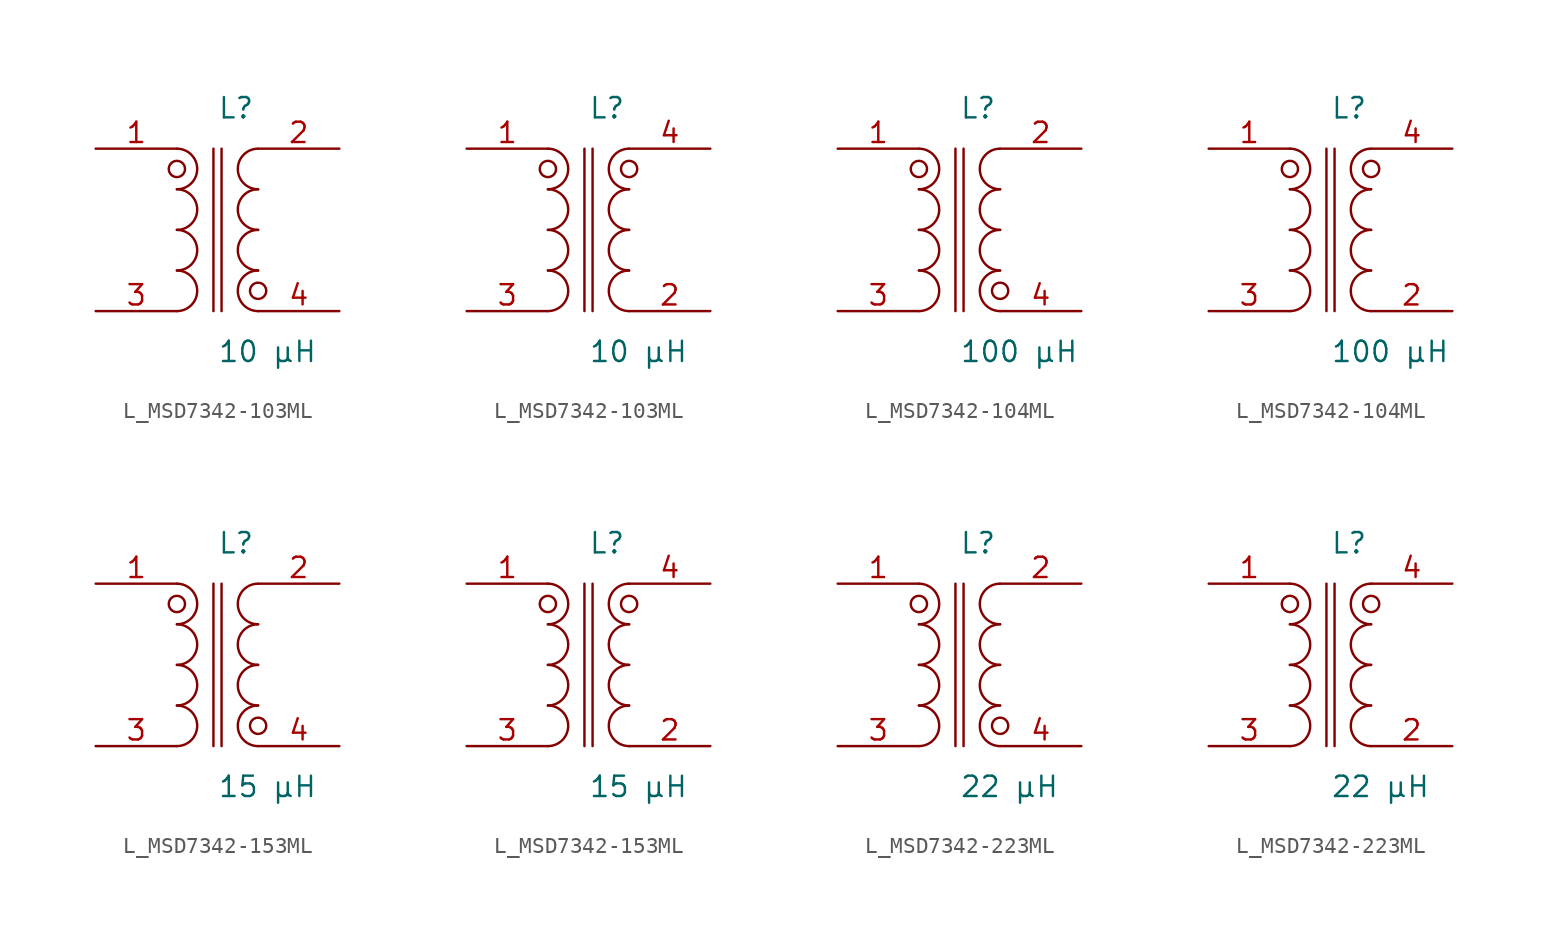
<source format=kicad_sym>
(kicad_symbol_lib
  (version 20231120)
  (generator kicad_symbol_editor)
  (generator_version 8.0)
  (symbol "L_MSD7342-103ML"
    (pin_names
      (offset 0.254))
    (property "Reference" "L"
      (at 0.0 7.62 0)
      (effects (font (size 1.27 1.27)) (justify left)))
    (property "Value" "10 µH"
      (at 0.0 -7.62 0)
      (effects (font (size 1.27 1.27)) (justify left)))
    (symbol "L_MSD7342-103ML_1_1"
      (arc (start -2.54 -5.08) (mid -1.27 -3.81) (end -2.54 -2.54) (stroke (width 0) (type default)) (fill (type none)))
      (arc (start -2.54 -2.54) (mid -1.27 -1.27) (end -2.54 0.0) (stroke (width 0) (type default)) (fill (type none)))
      (arc (start -2.54 0.0) (mid -1.27 1.27) (end -2.54 2.54) (stroke (width 0) (type default)) (fill (type none)))
      (arc (start -2.54 2.54) (mid -1.27 3.81) (end -2.54 5.08) (stroke (width 0) (type default)) (fill (type none)))
      (arc (start 2.54 -5.08) (mid 1.27 -3.81) (end 2.54 -2.54) (stroke (width 0) (type default)) (fill (type none)))
      (arc (start 2.54 -2.54) (mid 1.27 -1.27) (end 2.54 0.0) (stroke (width 0) (type default)) (fill (type none)))
      (arc (start 2.54 0.0) (mid 1.27 1.27) (end 2.54 2.54) (stroke (width 0) (type default)) (fill (type none)))
      (arc (start 2.54 2.54) (mid 1.27 3.81) (end 2.54 5.08) (stroke (width 0) (type default)) (fill (type none)))
      (circle (center -2.54 3.81) (radius 0.508) (stroke (width 0) (type default)) (fill (type none)))
      (circle (center 2.54 -3.81) (radius 0.508) (stroke (width 0) (type default)) (fill (type none)))
      (polyline (pts (xy -0.254 5.08) (xy -0.254 -5.08)) (stroke (width 0) (type default)) (fill (type none)))
      (polyline (pts (xy 0.254 5.08) (xy 0.254 -5.08)) (stroke (width 0) (type default)) (fill (type none)))
      (pin unspecified line (at -7.62 5.08 0) (length 5.08) (name "" (effects (font (size 1.27 1.27)))) (number "1" (effects (font (size 1.27 1.27)))))
      (pin unspecified line (at -7.62 -5.08 0) (length 5.08) (name "" (effects (font (size 1.27 1.27)))) (number "3" (effects (font (size 1.27 1.27)))))
      (pin unspecified line (at 7.62 5.08 180) (length 5.08) (name "" (effects (font (size 1.27 1.27)))) (number "2" (effects (font (size 1.27 1.27)))))
      (pin unspecified line (at 7.62 -5.08 180) (length 5.08) (name "" (effects (font (size 1.27 1.27)))) (number "4" (effects (font (size 1.27 1.27))))))
    (symbol "L_MSD7342-103ML_1_2"
      (arc (start -2.54 -5.08) (mid -1.27 -3.81) (end -2.54 -2.54) (stroke (width 0) (type default)) (fill (type none)))
      (arc (start -2.54 -2.54) (mid -1.27 -1.27) (end -2.54 0.0) (stroke (width 0) (type default)) (fill (type none)))
      (arc (start -2.54 0.0) (mid -1.27 1.27) (end -2.54 2.54) (stroke (width 0) (type default)) (fill (type none)))
      (arc (start -2.54 2.54) (mid -1.27 3.81) (end -2.54 5.08) (stroke (width 0) (type default)) (fill (type none)))
      (arc (start 2.54 -5.08) (mid 1.27 -3.81) (end 2.54 -2.54) (stroke (width 0) (type default)) (fill (type none)))
      (arc (start 2.54 -2.54) (mid 1.27 -1.27) (end 2.54 0.0) (stroke (width 0) (type default)) (fill (type none)))
      (arc (start 2.54 0.0) (mid 1.27 1.27) (end 2.54 2.54) (stroke (width 0) (type default)) (fill (type none)))
      (arc (start 2.54 2.54) (mid 1.27 3.81) (end 2.54 5.08) (stroke (width 0) (type default)) (fill (type none)))
      (circle (center -2.54 3.81) (radius 0.508) (stroke (width 0) (type default)) (fill (type none)))
      (circle (center 2.54 3.81) (radius 0.508) (stroke (width 0) (type default)) (fill (type none)))
      (polyline (pts (xy -0.254 5.08) (xy -0.254 -5.08)) (stroke (width 0) (type default)) (fill (type none)))
      (polyline (pts (xy 0.254 5.08) (xy 0.254 -5.08)) (stroke (width 0) (type default)) (fill (type none)))
      (pin unspecified line (at -7.62 5.08 0) (length 5.08) (name "" (effects (font (size 1.27 1.27)))) (number "1" (effects (font (size 1.27 1.27)))))
      (pin unspecified line (at -7.62 -5.08 0) (length 5.08) (name "" (effects (font (size 1.27 1.27)))) (number "3" (effects (font (size 1.27 1.27)))))
      (pin unspecified line (at 7.62 -5.08 180) (length 5.08) (name "" (effects (font (size 1.27 1.27)))) (number "2" (effects (font (size 1.27 1.27)))))
      (pin unspecified line (at 7.62 5.08 180) (length 5.08) (name "" (effects (font (size 1.27 1.27)))) (number "4" (effects (font (size 1.27 1.27)))))))
  (symbol "L_MSD7342-104ML"
    (pin_names
      (offset 0.254))
    (property "Reference" "L"
      (at 0.0 7.62 0)
      (effects (font (size 1.27 1.27)) (justify left)))
    (property "Value" "100 µH"
      (at 0.0 -7.62 0)
      (effects (font (size 1.27 1.27)) (justify left)))
    (symbol "L_MSD7342-104ML_1_1"
      (arc (start -2.54 -5.08) (mid -1.27 -3.81) (end -2.54 -2.54) (stroke (width 0) (type default)) (fill (type none)))
      (arc (start -2.54 -2.54) (mid -1.27 -1.27) (end -2.54 0.0) (stroke (width 0) (type default)) (fill (type none)))
      (arc (start -2.54 0.0) (mid -1.27 1.27) (end -2.54 2.54) (stroke (width 0) (type default)) (fill (type none)))
      (arc (start -2.54 2.54) (mid -1.27 3.81) (end -2.54 5.08) (stroke (width 0) (type default)) (fill (type none)))
      (arc (start 2.54 -5.08) (mid 1.27 -3.81) (end 2.54 -2.54) (stroke (width 0) (type default)) (fill (type none)))
      (arc (start 2.54 -2.54) (mid 1.27 -1.27) (end 2.54 0.0) (stroke (width 0) (type default)) (fill (type none)))
      (arc (start 2.54 0.0) (mid 1.27 1.27) (end 2.54 2.54) (stroke (width 0) (type default)) (fill (type none)))
      (arc (start 2.54 2.54) (mid 1.27 3.81) (end 2.54 5.08) (stroke (width 0) (type default)) (fill (type none)))
      (circle (center -2.54 3.81) (radius 0.508) (stroke (width 0) (type default)) (fill (type none)))
      (circle (center 2.54 -3.81) (radius 0.508) (stroke (width 0) (type default)) (fill (type none)))
      (polyline (pts (xy -0.254 5.08) (xy -0.254 -5.08)) (stroke (width 0) (type default)) (fill (type none)))
      (polyline (pts (xy 0.254 5.08) (xy 0.254 -5.08)) (stroke (width 0) (type default)) (fill (type none)))
      (pin unspecified line (at -7.62 5.08 0) (length 5.08) (name "" (effects (font (size 1.27 1.27)))) (number "1" (effects (font (size 1.27 1.27)))))
      (pin unspecified line (at -7.62 -5.08 0) (length 5.08) (name "" (effects (font (size 1.27 1.27)))) (number "3" (effects (font (size 1.27 1.27)))))
      (pin unspecified line (at 7.62 5.08 180) (length 5.08) (name "" (effects (font (size 1.27 1.27)))) (number "2" (effects (font (size 1.27 1.27)))))
      (pin unspecified line (at 7.62 -5.08 180) (length 5.08) (name "" (effects (font (size 1.27 1.27)))) (number "4" (effects (font (size 1.27 1.27))))))
    (symbol "L_MSD7342-104ML_1_2"
      (arc (start -2.54 -5.08) (mid -1.27 -3.81) (end -2.54 -2.54) (stroke (width 0) (type default)) (fill (type none)))
      (arc (start -2.54 -2.54) (mid -1.27 -1.27) (end -2.54 0.0) (stroke (width 0) (type default)) (fill (type none)))
      (arc (start -2.54 0.0) (mid -1.27 1.27) (end -2.54 2.54) (stroke (width 0) (type default)) (fill (type none)))
      (arc (start -2.54 2.54) (mid -1.27 3.81) (end -2.54 5.08) (stroke (width 0) (type default)) (fill (type none)))
      (arc (start 2.54 -5.08) (mid 1.27 -3.81) (end 2.54 -2.54) (stroke (width 0) (type default)) (fill (type none)))
      (arc (start 2.54 -2.54) (mid 1.27 -1.27) (end 2.54 0.0) (stroke (width 0) (type default)) (fill (type none)))
      (arc (start 2.54 0.0) (mid 1.27 1.27) (end 2.54 2.54) (stroke (width 0) (type default)) (fill (type none)))
      (arc (start 2.54 2.54) (mid 1.27 3.81) (end 2.54 5.08) (stroke (width 0) (type default)) (fill (type none)))
      (circle (center -2.54 3.81) (radius 0.508) (stroke (width 0) (type default)) (fill (type none)))
      (circle (center 2.54 3.81) (radius 0.508) (stroke (width 0) (type default)) (fill (type none)))
      (polyline (pts (xy -0.254 5.08) (xy -0.254 -5.08)) (stroke (width 0) (type default)) (fill (type none)))
      (polyline (pts (xy 0.254 5.08) (xy 0.254 -5.08)) (stroke (width 0) (type default)) (fill (type none)))
      (pin unspecified line (at -7.62 5.08 0) (length 5.08) (name "" (effects (font (size 1.27 1.27)))) (number "1" (effects (font (size 1.27 1.27)))))
      (pin unspecified line (at -7.62 -5.08 0) (length 5.08) (name "" (effects (font (size 1.27 1.27)))) (number "3" (effects (font (size 1.27 1.27)))))
      (pin unspecified line (at 7.62 -5.08 180) (length 5.08) (name "" (effects (font (size 1.27 1.27)))) (number "2" (effects (font (size 1.27 1.27)))))
      (pin unspecified line (at 7.62 5.08 180) (length 5.08) (name "" (effects (font (size 1.27 1.27)))) (number "4" (effects (font (size 1.27 1.27)))))))
  (symbol "L_MSD7342-153ML"
    (pin_names
      (offset 0.254))
    (property "Reference" "L"
      (at 0.0 7.62 0)
      (effects (font (size 1.27 1.27)) (justify left)))
    (property "Value" "15 µH"
      (at 0.0 -7.62 0)
      (effects (font (size 1.27 1.27)) (justify left)))
    (symbol "L_MSD7342-153ML_1_1"
      (arc (start -2.54 -5.08) (mid -1.27 -3.81) (end -2.54 -2.54) (stroke (width 0) (type default)) (fill (type none)))
      (arc (start -2.54 -2.54) (mid -1.27 -1.27) (end -2.54 0.0) (stroke (width 0) (type default)) (fill (type none)))
      (arc (start -2.54 0.0) (mid -1.27 1.27) (end -2.54 2.54) (stroke (width 0) (type default)) (fill (type none)))
      (arc (start -2.54 2.54) (mid -1.27 3.81) (end -2.54 5.08) (stroke (width 0) (type default)) (fill (type none)))
      (arc (start 2.54 -5.08) (mid 1.27 -3.81) (end 2.54 -2.54) (stroke (width 0) (type default)) (fill (type none)))
      (arc (start 2.54 -2.54) (mid 1.27 -1.27) (end 2.54 0.0) (stroke (width 0) (type default)) (fill (type none)))
      (arc (start 2.54 0.0) (mid 1.27 1.27) (end 2.54 2.54) (stroke (width 0) (type default)) (fill (type none)))
      (arc (start 2.54 2.54) (mid 1.27 3.81) (end 2.54 5.08) (stroke (width 0) (type default)) (fill (type none)))
      (circle (center -2.54 3.81) (radius 0.508) (stroke (width 0) (type default)) (fill (type none)))
      (circle (center 2.54 -3.81) (radius 0.508) (stroke (width 0) (type default)) (fill (type none)))
      (polyline (pts (xy -0.254 5.08) (xy -0.254 -5.08)) (stroke (width 0) (type default)) (fill (type none)))
      (polyline (pts (xy 0.254 5.08) (xy 0.254 -5.08)) (stroke (width 0) (type default)) (fill (type none)))
      (pin unspecified line (at -7.62 5.08 0) (length 5.08) (name "" (effects (font (size 1.27 1.27)))) (number "1" (effects (font (size 1.27 1.27)))))
      (pin unspecified line (at -7.62 -5.08 0) (length 5.08) (name "" (effects (font (size 1.27 1.27)))) (number "3" (effects (font (size 1.27 1.27)))))
      (pin unspecified line (at 7.62 5.08 180) (length 5.08) (name "" (effects (font (size 1.27 1.27)))) (number "2" (effects (font (size 1.27 1.27)))))
      (pin unspecified line (at 7.62 -5.08 180) (length 5.08) (name "" (effects (font (size 1.27 1.27)))) (number "4" (effects (font (size 1.27 1.27))))))
    (symbol "L_MSD7342-153ML_1_2"
      (arc (start -2.54 -5.08) (mid -1.27 -3.81) (end -2.54 -2.54) (stroke (width 0) (type default)) (fill (type none)))
      (arc (start -2.54 -2.54) (mid -1.27 -1.27) (end -2.54 0.0) (stroke (width 0) (type default)) (fill (type none)))
      (arc (start -2.54 0.0) (mid -1.27 1.27) (end -2.54 2.54) (stroke (width 0) (type default)) (fill (type none)))
      (arc (start -2.54 2.54) (mid -1.27 3.81) (end -2.54 5.08) (stroke (width 0) (type default)) (fill (type none)))
      (arc (start 2.54 -5.08) (mid 1.27 -3.81) (end 2.54 -2.54) (stroke (width 0) (type default)) (fill (type none)))
      (arc (start 2.54 -2.54) (mid 1.27 -1.27) (end 2.54 0.0) (stroke (width 0) (type default)) (fill (type none)))
      (arc (start 2.54 0.0) (mid 1.27 1.27) (end 2.54 2.54) (stroke (width 0) (type default)) (fill (type none)))
      (arc (start 2.54 2.54) (mid 1.27 3.81) (end 2.54 5.08) (stroke (width 0) (type default)) (fill (type none)))
      (circle (center -2.54 3.81) (radius 0.508) (stroke (width 0) (type default)) (fill (type none)))
      (circle (center 2.54 3.81) (radius 0.508) (stroke (width 0) (type default)) (fill (type none)))
      (polyline (pts (xy -0.254 5.08) (xy -0.254 -5.08)) (stroke (width 0) (type default)) (fill (type none)))
      (polyline (pts (xy 0.254 5.08) (xy 0.254 -5.08)) (stroke (width 0) (type default)) (fill (type none)))
      (pin unspecified line (at -7.62 5.08 0) (length 5.08) (name "" (effects (font (size 1.27 1.27)))) (number "1" (effects (font (size 1.27 1.27)))))
      (pin unspecified line (at -7.62 -5.08 0) (length 5.08) (name "" (effects (font (size 1.27 1.27)))) (number "3" (effects (font (size 1.27 1.27)))))
      (pin unspecified line (at 7.62 -5.08 180) (length 5.08) (name "" (effects (font (size 1.27 1.27)))) (number "2" (effects (font (size 1.27 1.27)))))
      (pin unspecified line (at 7.62 5.08 180) (length 5.08) (name "" (effects (font (size 1.27 1.27)))) (number "4" (effects (font (size 1.27 1.27)))))))
  (symbol "L_MSD7342-223ML"
    (pin_names
      (offset 0.254))
    (property "Reference" "L"
      (at 0.0 7.62 0)
      (effects (font (size 1.27 1.27)) (justify left)))
    (property "Value" "22 µH"
      (at 0.0 -7.62 0)
      (effects (font (size 1.27 1.27)) (justify left)))
    (symbol "L_MSD7342-223ML_1_1"
      (arc (start -2.54 -5.08) (mid -1.27 -3.81) (end -2.54 -2.54) (stroke (width 0) (type default)) (fill (type none)))
      (arc (start -2.54 -2.54) (mid -1.27 -1.27) (end -2.54 0.0) (stroke (width 0) (type default)) (fill (type none)))
      (arc (start -2.54 0.0) (mid -1.27 1.27) (end -2.54 2.54) (stroke (width 0) (type default)) (fill (type none)))
      (arc (start -2.54 2.54) (mid -1.27 3.81) (end -2.54 5.08) (stroke (width 0) (type default)) (fill (type none)))
      (arc (start 2.54 -5.08) (mid 1.27 -3.81) (end 2.54 -2.54) (stroke (width 0) (type default)) (fill (type none)))
      (arc (start 2.54 -2.54) (mid 1.27 -1.27) (end 2.54 0.0) (stroke (width 0) (type default)) (fill (type none)))
      (arc (start 2.54 0.0) (mid 1.27 1.27) (end 2.54 2.54) (stroke (width 0) (type default)) (fill (type none)))
      (arc (start 2.54 2.54) (mid 1.27 3.81) (end 2.54 5.08) (stroke (width 0) (type default)) (fill (type none)))
      (circle (center -2.54 3.81) (radius 0.508) (stroke (width 0) (type default)) (fill (type none)))
      (circle (center 2.54 -3.81) (radius 0.508) (stroke (width 0) (type default)) (fill (type none)))
      (polyline (pts (xy -0.254 5.08) (xy -0.254 -5.08)) (stroke (width 0) (type default)) (fill (type none)))
      (polyline (pts (xy 0.254 5.08) (xy 0.254 -5.08)) (stroke (width 0) (type default)) (fill (type none)))
      (pin unspecified line (at -7.62 5.08 0) (length 5.08) (name "" (effects (font (size 1.27 1.27)))) (number "1" (effects (font (size 1.27 1.27)))))
      (pin unspecified line (at -7.62 -5.08 0) (length 5.08) (name "" (effects (font (size 1.27 1.27)))) (number "3" (effects (font (size 1.27 1.27)))))
      (pin unspecified line (at 7.62 5.08 180) (length 5.08) (name "" (effects (font (size 1.27 1.27)))) (number "2" (effects (font (size 1.27 1.27)))))
      (pin unspecified line (at 7.62 -5.08 180) (length 5.08) (name "" (effects (font (size 1.27 1.27)))) (number "4" (effects (font (size 1.27 1.27))))))
    (symbol "L_MSD7342-223ML_1_2"
      (arc (start -2.54 -5.08) (mid -1.27 -3.81) (end -2.54 -2.54) (stroke (width 0) (type default)) (fill (type none)))
      (arc (start -2.54 -2.54) (mid -1.27 -1.27) (end -2.54 0.0) (stroke (width 0) (type default)) (fill (type none)))
      (arc (start -2.54 0.0) (mid -1.27 1.27) (end -2.54 2.54) (stroke (width 0) (type default)) (fill (type none)))
      (arc (start -2.54 2.54) (mid -1.27 3.81) (end -2.54 5.08) (stroke (width 0) (type default)) (fill (type none)))
      (arc (start 2.54 -5.08) (mid 1.27 -3.81) (end 2.54 -2.54) (stroke (width 0) (type default)) (fill (type none)))
      (arc (start 2.54 -2.54) (mid 1.27 -1.27) (end 2.54 0.0) (stroke (width 0) (type default)) (fill (type none)))
      (arc (start 2.54 0.0) (mid 1.27 1.27) (end 2.54 2.54) (stroke (width 0) (type default)) (fill (type none)))
      (arc (start 2.54 2.54) (mid 1.27 3.81) (end 2.54 5.08) (stroke (width 0) (type default)) (fill (type none)))
      (circle (center -2.54 3.81) (radius 0.508) (stroke (width 0) (type default)) (fill (type none)))
      (circle (center 2.54 3.81) (radius 0.508) (stroke (width 0) (type default)) (fill (type none)))
      (polyline (pts (xy -0.254 5.08) (xy -0.254 -5.08)) (stroke (width 0) (type default)) (fill (type none)))
      (polyline (pts (xy 0.254 5.08) (xy 0.254 -5.08)) (stroke (width 0) (type default)) (fill (type none)))
      (pin unspecified line (at -7.62 5.08 0) (length 5.08) (name "" (effects (font (size 1.27 1.27)))) (number "1" (effects (font (size 1.27 1.27)))))
      (pin unspecified line (at -7.62 -5.08 0) (length 5.08) (name "" (effects (font (size 1.27 1.27)))) (number "3" (effects (font (size 1.27 1.27)))))
      (pin unspecified line (at 7.62 -5.08 180) (length 5.08) (name "" (effects (font (size 1.27 1.27)))) (number "2" (effects (font (size 1.27 1.27)))))
      (pin unspecified line (at 7.62 5.08 180) (length 5.08) (name "" (effects (font (size 1.27 1.27)))) (number "4" (effects (font (size 1.27 1.27))))))))
</source>
